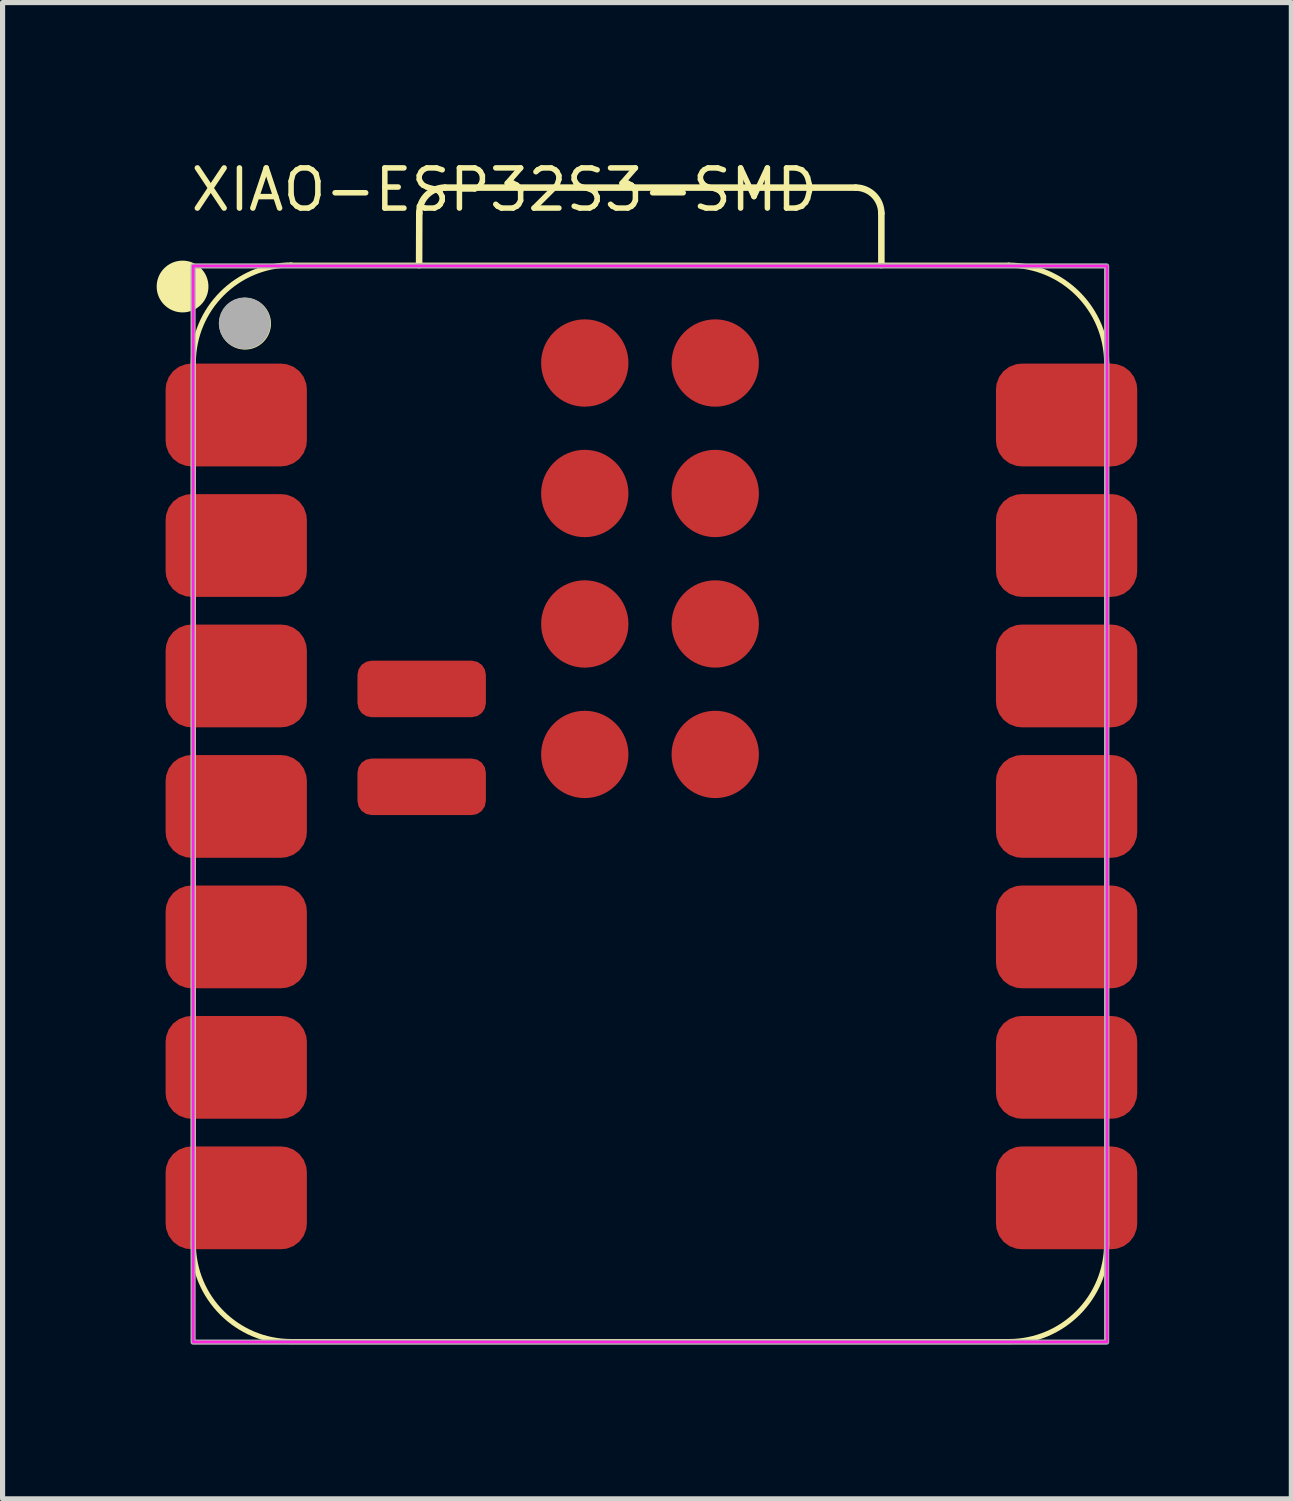
<source format=kicad_pcb>
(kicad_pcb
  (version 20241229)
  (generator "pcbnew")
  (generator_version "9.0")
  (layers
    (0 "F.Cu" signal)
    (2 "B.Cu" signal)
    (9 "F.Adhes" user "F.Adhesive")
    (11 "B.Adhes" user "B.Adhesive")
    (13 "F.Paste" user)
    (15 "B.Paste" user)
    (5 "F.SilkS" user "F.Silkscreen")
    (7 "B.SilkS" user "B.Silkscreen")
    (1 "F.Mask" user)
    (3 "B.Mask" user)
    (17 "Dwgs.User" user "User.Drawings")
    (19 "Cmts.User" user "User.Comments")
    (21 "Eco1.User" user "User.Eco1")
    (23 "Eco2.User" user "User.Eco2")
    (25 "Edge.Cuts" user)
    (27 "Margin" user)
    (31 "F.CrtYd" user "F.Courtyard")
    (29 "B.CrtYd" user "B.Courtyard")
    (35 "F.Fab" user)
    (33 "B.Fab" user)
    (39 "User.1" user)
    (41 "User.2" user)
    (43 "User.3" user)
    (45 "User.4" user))
  (footprint "XIAO-ESP32S3-SMD"
    (layer "F.Cu")
    (at 9.61 12.602)
    (property "Reference" "XIAO-ESP32S3-SMD" (at -9 -11.5 0) (layer "F.SilkS") (effects (font (size 0.782 0.782) (thickness 0.107)) (justify left bottom)))
    (fp_line (start -8.896 8.56) (end -8.896 -8.585) (stroke (width 0.1) (type solid)) (layer "F.SilkS"))
    (fp_line (start -6.991 10.465) (end 6.979 10.465) (stroke (width 0.1) (type solid)) (layer "F.SilkS"))
    (fp_line (start -4.501 -10.49) (end -4.498 -11.5) (stroke (width 0.127) (type solid)) (layer "F.SilkS"))
    (fp_line (start -3.998 -12) (end 3.998 -12) (stroke (width 0.127) (type solid)) (layer "F.SilkS"))
    (fp_line (start 4.498 -11.5) (end 4.498 -10.49) (stroke (width 0.127) (type solid)) (layer "F.SilkS"))
    (fp_line (start 6.979 -10.49) (end -6.991 -10.49) (stroke (width 0.1) (type solid)) (layer "F.SilkS"))
    (fp_line (start 8.884 8.56) (end 8.884 -8.585) (stroke (width 0.1) (type solid)) (layer "F.SilkS"))
    (fp_arc (start -8.896364 -8.589) (mid -8.338402 -9.936038) (end -6.991364 -10.494) (stroke (width 0.1) (type solid)) (layer "F.SilkS"))
    (fp_arc (start -6.991364 10.465) (mid -8.338402 9.907038) (end -8.896364 8.56) (stroke (width 0.1) (type solid)) (layer "F.SilkS"))
    (fp_arc (start -4.497636 -11.500272) (mid -4.351088 -11.853644) (end -3.997636 -12) (stroke (width 0.127) (type default)) (layer "F.SilkS"))
    (fp_arc (start 3.997636 -12) (mid 4.351189 -11.853553) (end 4.497636 -11.5) (stroke (width 0.127) (type default)) (layer "F.SilkS"))
    (fp_arc (start 6.978636 -10.49) (mid 8.325674 -9.932038) (end 8.883636 -8.585) (stroke (width 0.1) (type solid)) (layer "F.SilkS"))
    (fp_arc (start 8.883636 8.56) (mid 8.325674 9.907038) (end 6.978636 10.465) (stroke (width 0.1) (type solid)) (layer "F.SilkS"))
    (fp_circle (center -9.106 -10.074) (end -9.106 -10.328) (stroke (width 0.5) (type solid)) (fill yes) (layer "F.SilkS"))
    (fp_circle (center -7.889 -9.351) (end -7.889 -9.605) (stroke (width 0.5) (type solid)) (fill yes) (layer "F.SilkS"))
    (fp_rect (start -8.899 -10.475) (end 8.891 10.473) (stroke (width 0.05) (type default)) (fill no) (layer "F.CrtYd"))
    (fp_rect (start -8.901 -10.475) (end 8.883 10.476) (stroke (width 0.1) (type default)) (fill no) (layer "F.Fab"))
    (fp_circle (center -7.897 -9.358) (end -7.897 -9.612) (stroke (width 0.5) (type solid)) (fill no) (layer "F.Fab"))
    (pad "1" smd roundrect (at -8.061 -7.573) (size 2.75 2) (layers "F.Cu" "F.Mask" "F.Paste") (roundrect_rratio 0.25))
    (pad "2" smd roundrect (at -8.061 -5.033) (size 2.75 2) (layers "F.Cu" "F.Mask" "F.Paste") (roundrect_rratio 0.25))
    (pad "3" smd roundrect (at -8.061 -2.493) (size 2.75 2) (layers "F.Cu" "F.Mask" "F.Paste") (roundrect_rratio 0.25))
    (pad "4" smd roundrect (at -8.061 0.047) (size 2.75 2) (layers "F.Cu" "F.Mask" "F.Paste") (roundrect_rratio 0.25))
    (pad "5" smd roundrect (at -8.061 2.587) (size 2.75 2) (layers "F.Cu" "F.Mask" "F.Paste") (roundrect_rratio 0.25))
    (pad "6" smd roundrect (at -8.061 5.127) (size 2.75 2) (layers "F.Cu" "F.Mask" "F.Paste") (roundrect_rratio 0.25))
    (pad "7" smd roundrect (at -8.061 7.667) (size 2.75 2) (layers "F.Cu" "F.Mask" "F.Paste") (roundrect_rratio 0.25))
    (pad "8" smd roundrect (at 8.104 7.667) (size 2.75 2) (layers "F.Cu" "F.Mask" "F.Paste") (roundrect_rratio 0.25))
    (pad "9" smd roundrect (at 8.104 5.127) (size 2.75 2) (layers "F.Cu" "F.Mask" "F.Paste") (roundrect_rratio 0.25))
    (pad "10" smd roundrect (at 8.104 2.587) (size 2.75 2) (layers "F.Cu" "F.Mask" "F.Paste") (roundrect_rratio 0.25))
    (pad "11" smd roundrect (at 8.104 0.047) (size 2.75 2) (layers "F.Cu" "F.Mask" "F.Paste") (roundrect_rratio 0.25))
    (pad "12" smd roundrect (at 8.104 -2.493) (size 2.75 2) (layers "F.Cu" "F.Mask" "F.Paste") (roundrect_rratio 0.25))
    (pad "13" smd roundrect (at 8.104 -5.033) (size 2.75 2) (layers "F.Cu" "F.Mask" "F.Paste") (roundrect_rratio 0.25))
    (pad "14" smd roundrect (at 8.104 -7.573) (size 2.75 2) (layers "F.Cu" "F.Mask" "F.Paste") (roundrect_rratio 0.25))
    (pad "15" smd roundrect (at -4.451 -0.335 180) (size 2.5 1.1) (layers "F.Cu" "F.Mask" "F.Paste") (roundrect_rratio 0.25))
    (pad "16" smd roundrect (at -4.451 -2.24 180) (size 2.5 1.1) (layers "F.Cu" "F.Mask" "F.Paste") (roundrect_rratio 0.25))
    (pad "17" smd circle (at -1.276 -8.585) (size 1.7 1.7) (layers "F.Cu" "F.Mask" "F.Paste"))
    (pad "18" smd circle (at 1.264 -8.585) (size 1.7 1.7) (layers "F.Cu" "F.Mask" "F.Paste"))
    (pad "19" smd circle (at -1.276 -6.045) (size 1.7 1.7) (layers "F.Cu" "F.Mask" "F.Paste"))
    (pad "20" smd circle (at 1.264 -6.045) (size 1.7 1.7) (layers "F.Cu" "F.Mask" "F.Paste"))
    (pad "21" smd circle (at -1.276 -3.505) (size 1.7 1.7) (layers "F.Cu" "F.Mask" "F.Paste"))
    (pad "22" smd circle (at 1.264 -3.505) (size 1.7 1.7) (layers "F.Cu" "F.Mask" "F.Paste"))
    (pad "23" smd circle (at -1.276 -0.965) (size 1.7 1.7) (layers "F.Cu" "F.Mask" "F.Paste"))
    (pad "24" smd circle (at 1.264 -0.965) (size 1.7 1.7) (layers "F.Cu" "F.Mask" "F.Paste")))
  (gr_rect
    (start -3 -3)
    (end 22.089 26.128)
    (stroke (width 0.1) (type default))
    (fill no)
    (layer "Edge.Cuts")))
</source>
